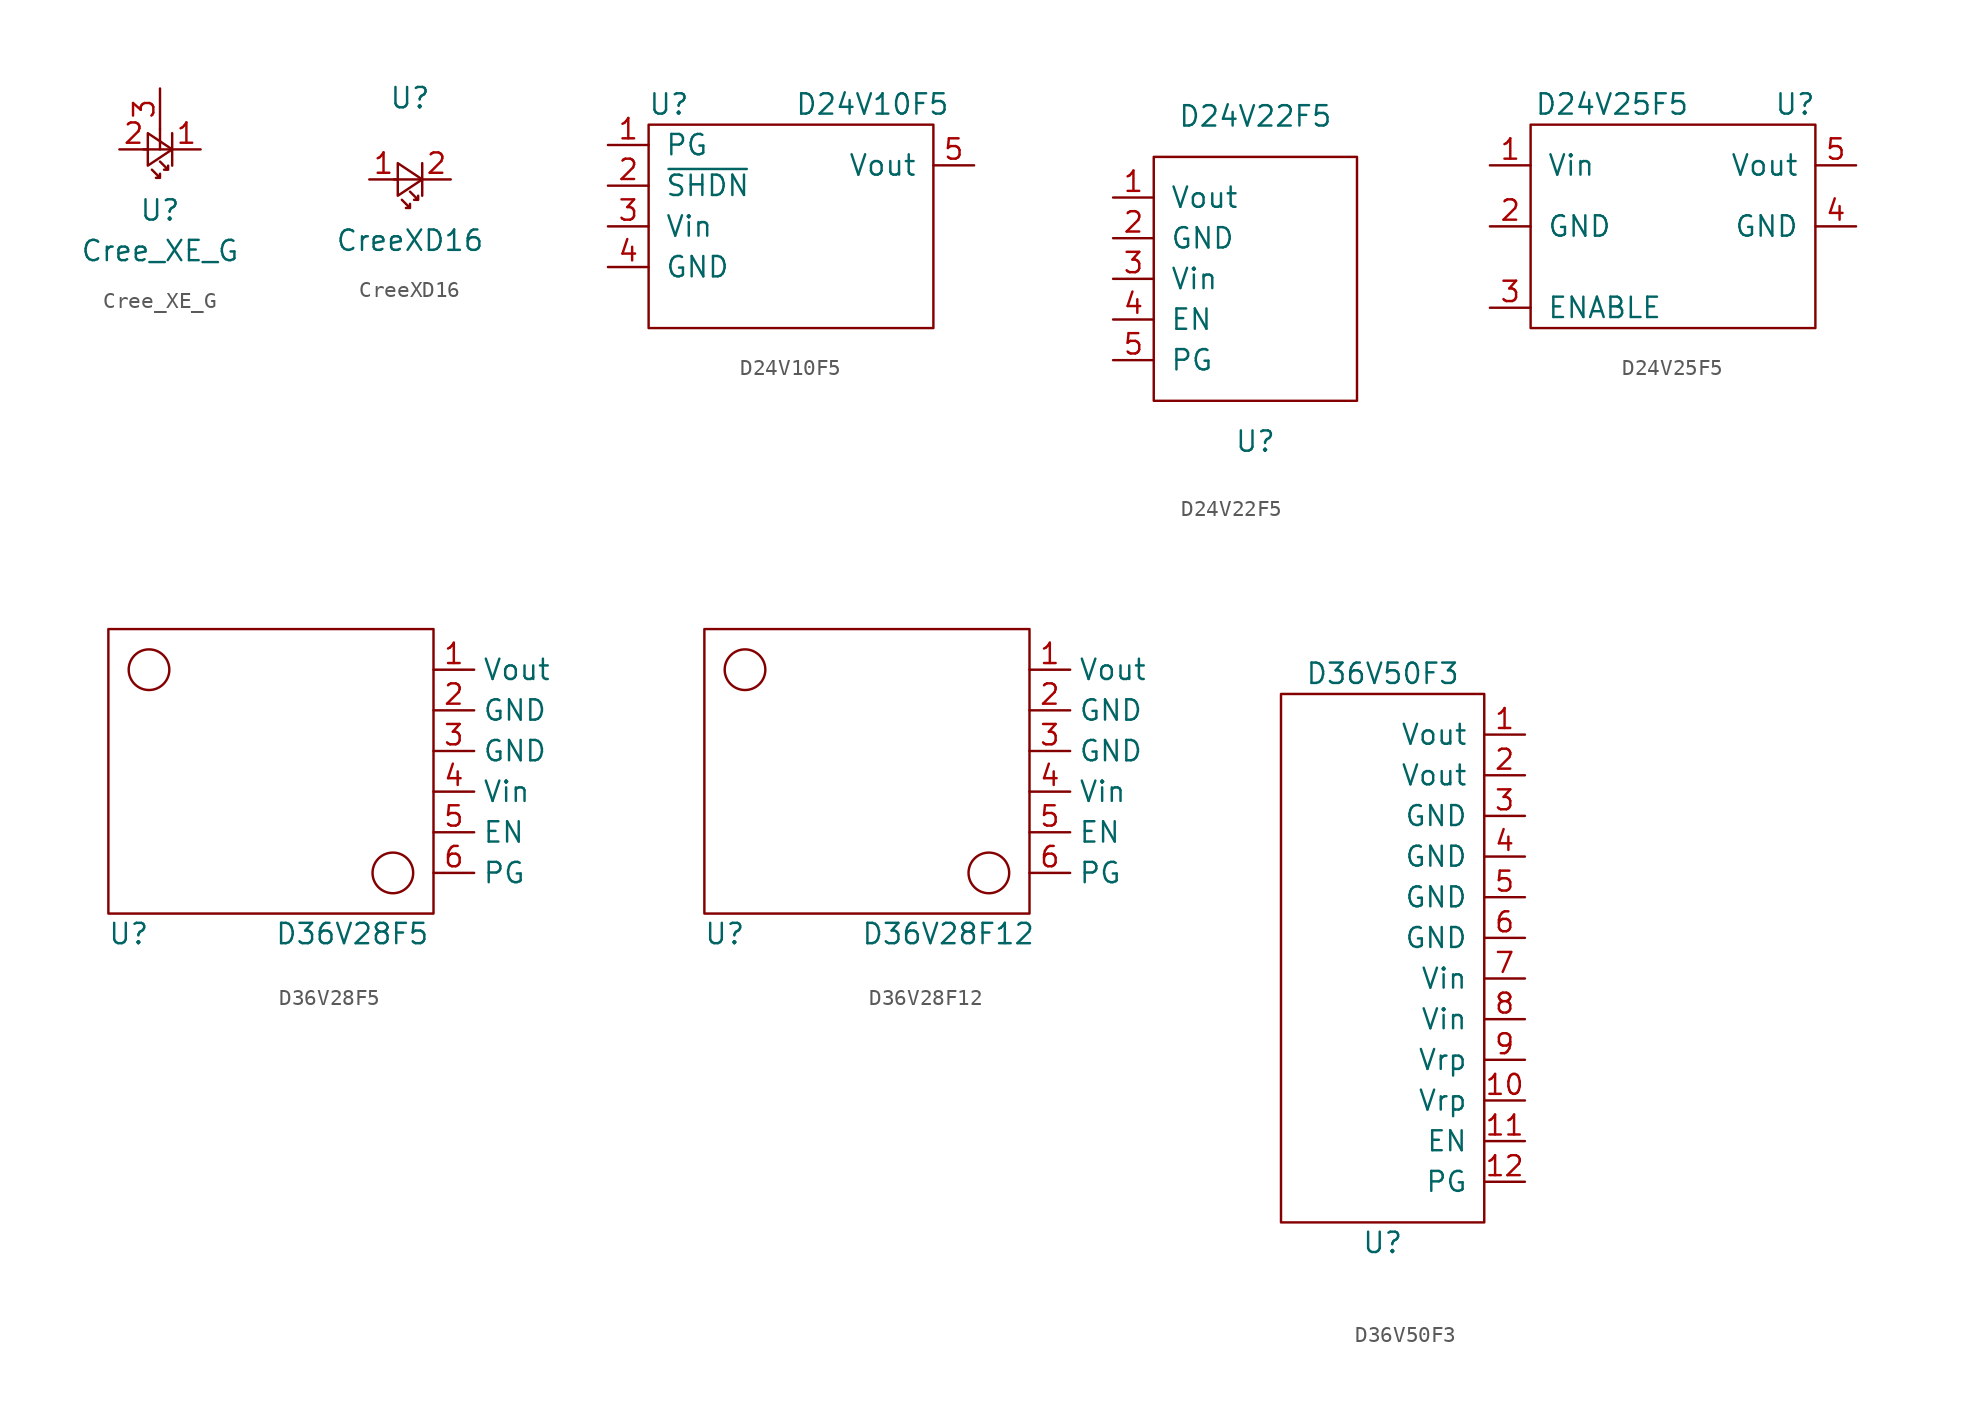
<source format=kicad_sym>
(kicad_symbol_lib
  (version 20211014)
  (generator kicad_symbol_editor)
  (symbol "Cree_XE_G"
    (property "Reference" "U"
      (at 0 -3.81 0)
      (effects (font (size 1.27 1.27))))
    (property "Value" "Cree_XE_G"
      (at 0 -6.35 0)
      (effects (font (size 1.27 1.27))))
    (symbol "Cree_XE_G_0_1"
      (polyline (pts (xy 0 0) (xy 0 1.27)) (stroke (width 0) (type default) (color 0 0 0 0)) (fill (type none))))
    (symbol "Cree_XE_G_1_1"
      (polyline (pts (xy -1.016 0) (xy 0.762 0)) (stroke (width 0) (type default) (color 0 0 0 0)) (fill (type none)))
      (polyline (pts (xy 0.762 1.016) (xy 0.762 -1.016)) (stroke (width 0) (type default) (color 0 0 0 0)) (fill (type none)))
      (polyline (pts (xy -0.762 1.016) (xy 0.762 0) (xy -0.762 -1.016) (xy -0.762 1.016)) (stroke (width 0) (type default) (color 0 0 0 0)) (fill (type none)))
      (polyline (pts (xy -0.508 -1.27) (xy 0 -1.778) (xy -0.254 -1.778) (xy 0 -1.778) (xy 0 -1.524)) (stroke (width 0) (type default) (color 0 0 0 0)) (fill (type none)))
      (polyline (pts (xy 0 -0.762) (xy 0.508 -1.27) (xy 0.254 -1.27) (xy 0.508 -1.27) (xy 0.508 -1.016)) (stroke (width 0) (type default) (color 0 0 0 0)) (fill (type none)))
      (pin passive line (at 2.54 0 180) (length 1.778) (name "K" (effects (font (size 0 0)))) (number "1" (effects (font (size 1.27 1.27)))))
      (pin passive line (at -2.54 0 0) (length 1.778) (name "A" (effects (font (size 0 0)))) (number "2" (effects (font (size 1.27 1.27)))))
      (pin input line (at 0 3.81 270) (length 2.54) (name "" (effects (font (size 1.27 1.27)))) (number "3" (effects (font (size 1.27 1.27)))))))
  (symbol "CreeXD16"
    (pin_names
      (offset 1.016))
    (property "Reference" "U"
      (at 0 5.08 0)
      (effects (font (size 1.27 1.27))))
    (property "Value" "CreeXD16"
      (at 0 -3.81 0)
      (effects (font (size 1.27 1.27))))
    (symbol "CreeXD16_1_1"
      (polyline (pts (xy -1.016 0) (xy 0.762 0)) (stroke (width 0) (type default) (color 0 0 0 0)) (fill (type none)))
      (polyline (pts (xy 0.762 1.016) (xy 0.762 -1.016)) (stroke (width 0) (type default) (color 0 0 0 0)) (fill (type none)))
      (polyline (pts (xy -0.762 1.016) (xy 0.762 0) (xy -0.762 -1.016) (xy -0.762 1.016)) (stroke (width 0) (type default) (color 0 0 0 0)) (fill (type none)))
      (polyline (pts (xy -0.508 -1.27) (xy 0 -1.778) (xy -0.254 -1.778) (xy 0 -1.778) (xy 0 -1.524)) (stroke (width 0) (type default) (color 0 0 0 0)) (fill (type none)))
      (polyline (pts (xy 0 -0.762) (xy 0.508 -1.27) (xy 0.254 -1.27) (xy 0.508 -1.27) (xy 0.508 -1.016)) (stroke (width 0) (type default) (color 0 0 0 0)) (fill (type none)))
      (pin passive line (at -2.54 0 0) (length 1.778) (name "A" (effects (font (size 0 0)))) (number "1" (effects (font (size 1.27 1.27)))))
      (pin passive line (at 2.54 0 180) (length 1.778) (name "K" (effects (font (size 0 0)))) (number "2" (effects (font (size 1.27 1.27)))))))
  (symbol "D24V10F5"
    (pin_names
      (offset 1.016))
    (property "Reference" "U"
      (at -7.62 7.62 0)
      (effects (font (size 1.27 1.27))))
    (property "Value" "D24V10F5"
      (at 5.08 7.62 0)
      (effects (font (size 1.27 1.27))))
    (symbol "D24V10F5_0_1"
      (rectangle (start -8.89 6.35) (end 8.89 -6.35) (stroke (width 0) (type default) (color 0 0 0 0)) (fill (type none))))
    (symbol "D24V10F5_1_1"
      (pin bidirectional line (at -11.43 5.08 0) (length 2.54) (name "PG" (effects (font (size 1.27 1.27)))) (number "1" (effects (font (size 1.27 1.27)))))
      (pin bidirectional line (at -11.43 2.54 0) (length 2.54) (name "~{SHDN}" (effects (font (size 1.27 1.27)))) (number "2" (effects (font (size 1.27 1.27)))))
      (pin bidirectional line (at -11.43 0 0) (length 2.54) (name "Vin" (effects (font (size 1.27 1.27)))) (number "3" (effects (font (size 1.27 1.27)))))
      (pin bidirectional line (at -11.43 -2.54 0) (length 2.54) (name "GND" (effects (font (size 1.27 1.27)))) (number "4" (effects (font (size 1.27 1.27)))))
      (pin bidirectional line (at 11.43 3.81 180) (length 2.54) (name "Vout" (effects (font (size 1.27 1.27)))) (number "5" (effects (font (size 1.27 1.27)))))))
  (symbol "D24V22F5"
    (pin_names
      (offset 1.016))
    (property "Reference" "U"
      (at 0 -10.16 0)
      (effects (font (size 1.27 1.27))))
    (property "Value" "D24V22F5"
      (at 0 10.16 0)
      (effects (font (size 1.27 1.27))))
    (symbol "D24V22F5_0_1"
      (rectangle (start -6.35 7.62) (end 6.35 -7.62) (stroke (width 0) (type default) (color 0 0 0 0)) (fill (type none))))
    (symbol "D24V22F5_1_1"
      (pin bidirectional line (at -8.89 5.08 0) (length 2.54) (name "Vout" (effects (font (size 1.27 1.27)))) (number "1" (effects (font (size 1.27 1.27)))))
      (pin bidirectional line (at -8.89 2.54 0) (length 2.54) (name "GND" (effects (font (size 1.27 1.27)))) (number "2" (effects (font (size 1.27 1.27)))))
      (pin bidirectional line (at -8.89 0 0) (length 2.54) (name "Vin" (effects (font (size 1.27 1.27)))) (number "3" (effects (font (size 1.27 1.27)))))
      (pin bidirectional line (at -8.89 -2.54 0) (length 2.54) (name "EN" (effects (font (size 1.27 1.27)))) (number "4" (effects (font (size 1.27 1.27)))))
      (pin bidirectional line (at -8.89 -5.08 0) (length 2.54) (name "PG" (effects (font (size 1.27 1.27)))) (number "5" (effects (font (size 1.27 1.27)))))))
  (symbol "D24V25F5"
    (pin_names
      (offset 1.016))
    (property "Reference" "U"
      (at 7.62 7.62 0)
      (effects (font (size 1.27 1.27))))
    (property "Value" "D24V25F5"
      (at -3.81 7.62 0)
      (effects (font (size 1.27 1.27))))
    (symbol "D24V25F5_0_1"
      (rectangle (start -8.89 6.35) (end 8.89 -6.35) (stroke (width 0) (type default) (color 0 0 0 0)) (fill (type none))))
    (symbol "D24V25F5_1_1"
      (pin bidirectional line (at -11.43 3.81 0) (length 2.54) (name "Vin" (effects (font (size 1.27 1.27)))) (number "1" (effects (font (size 1.27 1.27)))))
      (pin bidirectional line (at -11.43 0 0) (length 2.54) (name "GND" (effects (font (size 1.27 1.27)))) (number "2" (effects (font (size 1.27 1.27)))))
      (pin bidirectional line (at -11.43 -5.08 0) (length 2.54) (name "ENABLE" (effects (font (size 1.27 1.27)))) (number "3" (effects (font (size 1.27 1.27)))))
      (pin bidirectional line (at 11.43 0 180) (length 2.54) (name "GND" (effects (font (size 1.27 1.27)))) (number "4" (effects (font (size 1.27 1.27)))))
      (pin bidirectional line (at 11.43 3.81 180) (length 2.54) (name "Vout" (effects (font (size 1.27 1.27)))) (number "5" (effects (font (size 1.27 1.27)))))))
  (symbol "D36V28F5"
    (property "Reference" "U"
      (at -8.89 -10.16 0)
      (effects (font (size 1.27 1.27))))
    (property "Value" "D36V28F5"
      (at 5.08 -10.16 0)
      (effects (font (size 1.27 1.27))))
    (symbol "D36V28F5_0_1"
      (rectangle (start -10.16 8.89) (end 10.16 -8.89) (stroke (width 0) (type default) (color 0 0 0 0)) (fill (type none)))
      (circle (center -7.62 6.35) (radius 1.27) (stroke (width 0) (type default) (color 0 0 0 0)) (fill (type none)))
      (circle (center 7.62 -6.35) (radius 1.27) (stroke (width 0) (type default) (color 0 0 0 0)) (fill (type none))))
    (symbol "D36V28F5_1_1"
      (pin power_out line (at 10.16 6.35 0) (length 2.54) (name "Vout" (effects (font (size 1.27 1.27)))) (number "1" (effects (font (size 1.27 1.27)))))
      (pin power_in line (at 10.16 3.81 0) (length 2.54) (name "GND" (effects (font (size 1.27 1.27)))) (number "2" (effects (font (size 1.27 1.27)))))
      (pin power_in line (at 10.16 1.27 0) (length 2.54) (name "GND" (effects (font (size 1.27 1.27)))) (number "3" (effects (font (size 1.27 1.27)))))
      (pin power_in line (at 10.16 -1.27 0) (length 2.54) (name "Vin" (effects (font (size 1.27 1.27)))) (number "4" (effects (font (size 1.27 1.27)))))
      (pin bidirectional line (at 10.16 -3.81 0) (length 2.54) (name "EN" (effects (font (size 1.27 1.27)))) (number "5" (effects (font (size 1.27 1.27)))))
      (pin bidirectional line (at 10.16 -6.35 0) (length 2.54) (name "PG" (effects (font (size 1.27 1.27)))) (number "6" (effects (font (size 1.27 1.27)))))))
  (symbol "D36V28F12"
    (property "Reference" "U"
      (at -8.89 -10.16 0)
      (effects (font (size 1.27 1.27))))
    (property "Value" "D36V28F12"
      (at 5.08 -10.16 0)
      (effects (font (size 1.27 1.27))))
    (symbol "D36V28F12_0_1"
      (rectangle (start -10.16 8.89) (end 10.16 -8.89) (stroke (width 0) (type default) (color 0 0 0 0)) (fill (type none)))
      (circle (center -7.62 6.35) (radius 1.27) (stroke (width 0) (type default) (color 0 0 0 0)) (fill (type none)))
      (circle (center 7.62 -6.35) (radius 1.27) (stroke (width 0) (type default) (color 0 0 0 0)) (fill (type none))))
    (symbol "D36V28F12_1_1"
      (pin power_out line (at 10.16 6.35 0) (length 2.54) (name "Vout" (effects (font (size 1.27 1.27)))) (number "1" (effects (font (size 1.27 1.27)))))
      (pin power_in line (at 10.16 3.81 0) (length 2.54) (name "GND" (effects (font (size 1.27 1.27)))) (number "2" (effects (font (size 1.27 1.27)))))
      (pin power_in line (at 10.16 1.27 0) (length 2.54) (name "GND" (effects (font (size 1.27 1.27)))) (number "3" (effects (font (size 1.27 1.27)))))
      (pin power_in line (at 10.16 -1.27 0) (length 2.54) (name "Vin" (effects (font (size 1.27 1.27)))) (number "4" (effects (font (size 1.27 1.27)))))
      (pin bidirectional line (at 10.16 -3.81 0) (length 2.54) (name "EN" (effects (font (size 1.27 1.27)))) (number "5" (effects (font (size 1.27 1.27)))))
      (pin bidirectional line (at 10.16 -6.35 0) (length 2.54) (name "PG" (effects (font (size 1.27 1.27)))) (number "6" (effects (font (size 1.27 1.27)))))))
  (symbol "D36V50F3"
    (pin_names
      (offset 1.016))
    (property "Reference" "U"
      (at 0 -21.59 0)
      (effects (font (size 1.27 1.27))))
    (property "Value" "D36V50F3"
      (at 0 13.97 0)
      (effects (font (size 1.27 1.27))))
    (symbol "D36V50F3_0_1"
      (rectangle (start 6.35 12.7) (end -6.35 -20.32) (stroke (width 0) (type default) (color 0 0 0 0)) (fill (type none))))
    (symbol "D36V50F3_1_1"
      (pin output line (at 8.89 10.16 180) (length 2.54) (name "Vout" (effects (font (size 1.245 1.245)))) (number "1" (effects (font (size 1.245 1.245)))))
      (pin output line (at 8.89 -12.7 180) (length 2.54) (name "Vrp" (effects (font (size 1.245 1.245)))) (number "10" (effects (font (size 1.245 1.245)))))
      (pin output line (at 8.89 -15.24 180) (length 2.54) (name "EN" (effects (font (size 1.245 1.245)))) (number "11" (effects (font (size 1.245 1.245)))))
      (pin output line (at 8.89 -17.78 180) (length 2.54) (name "PG" (effects (font (size 1.245 1.245)))) (number "12" (effects (font (size 1.245 1.245)))))
      (pin output line (at 8.89 7.62 180) (length 2.54) (name "Vout" (effects (font (size 1.245 1.245)))) (number "2" (effects (font (size 1.245 1.245)))))
      (pin output line (at 8.89 5.08 180) (length 2.54) (name "GND" (effects (font (size 1.245 1.245)))) (number "3" (effects (font (size 1.245 1.245)))))
      (pin output line (at 8.89 2.54 180) (length 2.54) (name "GND" (effects (font (size 1.245 1.245)))) (number "4" (effects (font (size 1.245 1.245)))))
      (pin output line (at 8.89 0 180) (length 2.54) (name "GND" (effects (font (size 1.245 1.245)))) (number "5" (effects (font (size 1.245 1.245)))))
      (pin output line (at 8.89 -2.54 180) (length 2.54) (name "GND" (effects (font (size 1.245 1.245)))) (number "6" (effects (font (size 1.245 1.245)))))
      (pin output line (at 8.89 -5.08 180) (length 2.54) (name "Vin" (effects (font (size 1.245 1.245)))) (number "7" (effects (font (size 1.245 1.245)))))
      (pin output line (at 8.89 -7.62 180) (length 2.54) (name "Vin" (effects (font (size 1.245 1.245)))) (number "8" (effects (font (size 1.245 1.245)))))
      (pin output line (at 8.89 -10.16 180) (length 2.54) (name "Vrp" (effects (font (size 1.245 1.245)))) (number "9" (effects (font (size 1.245 1.245))))))))
</source>
